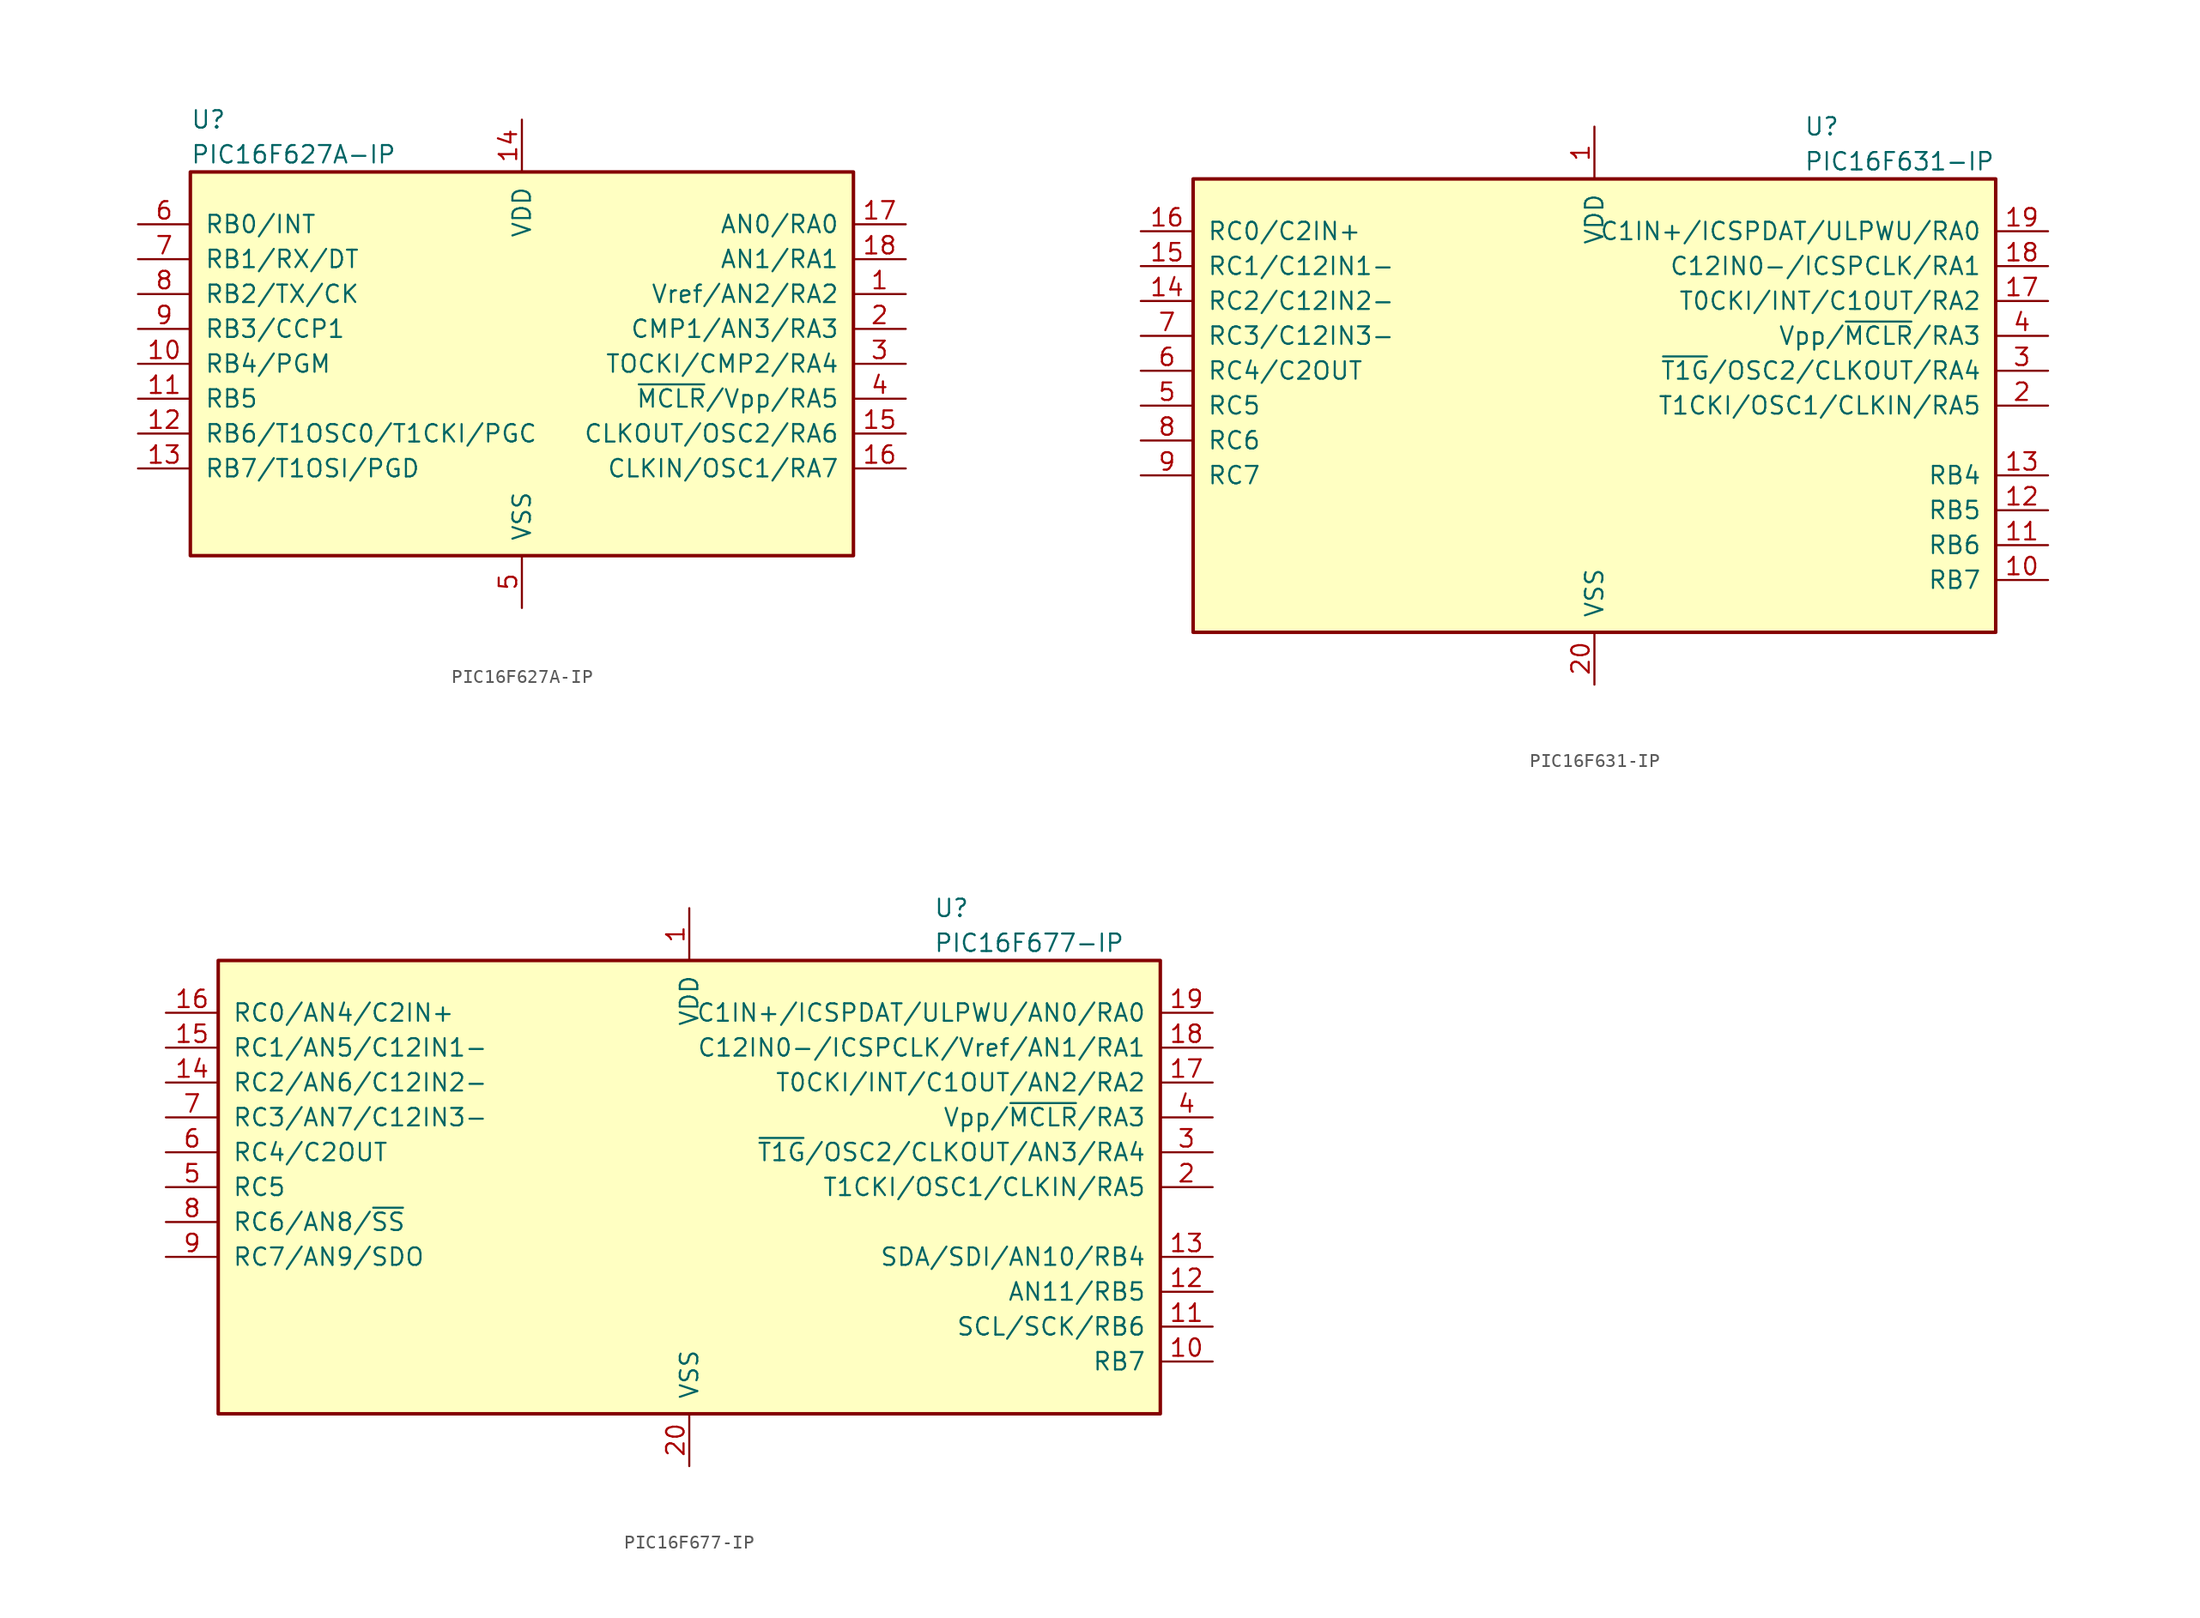
<source format=kicad_sym>
(kicad_symbol_lib
  (version 20200908)
  (generator kicad_symbol_editor)
  (symbol "MCU_Microchip_PIC16:PIC16F627A-IP"
    (pin_names
      (offset 1.016))
    (property "Reference" "U"
      (at -24.13 17.78 0)
      (effects (font (size 1.27 1.27)) (justify left)))
    (property "Value" "PIC16F627A-IP"
      (at -24.13 15.24 0)
      (effects (font (size 1.27 1.27)) (justify left)))
    (symbol "PIC16F627A-IP_0_1"
      (rectangle (start 24.13 13.97) (end -24.13 -13.97) (stroke (width 0.254)) (fill (type background))))
    (symbol "PIC16F627A-IP_1_1"
      (pin bidirectional line (at 27.94 5.08 180) (length 3.81) (name "Vref/AN2/RA2" (effects (font (size 1.27 1.27)))) (number "1" (effects (font (size 1.27 1.27)))))
      (pin bidirectional line (at -27.94 0 0) (length 3.81) (name "RB4/PGM" (effects (font (size 1.27 1.27)))) (number "10" (effects (font (size 1.27 1.27)))))
      (pin bidirectional line (at -27.94 -2.54 0) (length 3.81) (name "RB5" (effects (font (size 1.27 1.27)))) (number "11" (effects (font (size 1.27 1.27)))))
      (pin bidirectional line (at -27.94 -5.08 0) (length 3.81) (name "RB6/T1OSC0/T1CKI/PGC" (effects (font (size 1.27 1.27)))) (number "12" (effects (font (size 1.27 1.27)))))
      (pin bidirectional line (at -27.94 -7.62 0) (length 3.81) (name "RB7/T1OSI/PGD" (effects (font (size 1.27 1.27)))) (number "13" (effects (font (size 1.27 1.27)))))
      (pin power_in line (at 0 17.78 270) (length 3.81) (name "VDD" (effects (font (size 1.27 1.27)))) (number "14" (effects (font (size 1.27 1.27)))))
      (pin bidirectional line (at 27.94 -5.08 180) (length 3.81) (name "CLKOUT/OSC2/RA6" (effects (font (size 1.27 1.27)))) (number "15" (effects (font (size 1.27 1.27)))))
      (pin bidirectional line (at 27.94 -7.62 180) (length 3.81) (name "CLKIN/OSC1/RA7" (effects (font (size 1.27 1.27)))) (number "16" (effects (font (size 1.27 1.27)))))
      (pin bidirectional line (at 27.94 10.16 180) (length 3.81) (name "AN0/RA0" (effects (font (size 1.27 1.27)))) (number "17" (effects (font (size 1.27 1.27)))))
      (pin bidirectional line (at 27.94 7.62 180) (length 3.81) (name "AN1/RA1" (effects (font (size 1.27 1.27)))) (number "18" (effects (font (size 1.27 1.27)))))
      (pin bidirectional line (at 27.94 2.54 180) (length 3.81) (name "CMP1/AN3/RA3" (effects (font (size 1.27 1.27)))) (number "2" (effects (font (size 1.27 1.27)))))
      (pin bidirectional line (at 27.94 0 180) (length 3.81) (name "TOCKI/CMP2/RA4" (effects (font (size 1.27 1.27)))) (number "3" (effects (font (size 1.27 1.27)))))
      (pin input line (at 27.94 -2.54 180) (length 3.81) (name "~MCLR~/Vpp/RA5" (effects (font (size 1.27 1.27)))) (number "4" (effects (font (size 1.27 1.27)))))
      (pin power_in line (at 0 -17.78 90) (length 3.81) (name "VSS" (effects (font (size 1.27 1.27)))) (number "5" (effects (font (size 1.27 1.27)))))
      (pin bidirectional line (at -27.94 10.16 0) (length 3.81) (name "RB0/INT" (effects (font (size 1.27 1.27)))) (number "6" (effects (font (size 1.27 1.27)))))
      (pin bidirectional line (at -27.94 7.62 0) (length 3.81) (name "RB1/RX/DT" (effects (font (size 1.27 1.27)))) (number "7" (effects (font (size 1.27 1.27)))))
      (pin bidirectional line (at -27.94 5.08 0) (length 3.81) (name "RB2/TX/CK" (effects (font (size 1.27 1.27)))) (number "8" (effects (font (size 1.27 1.27)))))
      (pin bidirectional line (at -27.94 2.54 0) (length 3.81) (name "RB3/CCP1" (effects (font (size 1.27 1.27)))) (number "9" (effects (font (size 1.27 1.27)))))))
  (symbol "MCU_Microchip_PIC16:PIC16F631-IP"
    (pin_names
      (offset 1.016))
    (property "Reference" "U"
      (at 15.24 20.32 0)
      (effects (font (size 1.27 1.27)) (justify left)))
    (property "Value" "PIC16F631-IP"
      (at 15.24 17.78 0)
      (effects (font (size 1.27 1.27)) (justify left)))
    (symbol "PIC16F631-IP_0_1"
      (rectangle (start -29.21 16.51) (end 29.21 -16.51) (stroke (width 0.254)) (fill (type background))))
    (symbol "PIC16F631-IP_1_1"
      (pin power_in line (at 0 20.32 270) (length 3.81) (name "VDD" (effects (font (size 1.27 1.27)))) (number "1" (effects (font (size 1.27 1.27)))))
      (pin bidirectional line (at 33.02 -12.7 180) (length 3.81) (name "RB7" (effects (font (size 1.27 1.27)))) (number "10" (effects (font (size 1.27 1.27)))))
      (pin bidirectional line (at 33.02 -10.16 180) (length 3.81) (name "RB6" (effects (font (size 1.27 1.27)))) (number "11" (effects (font (size 1.27 1.27)))))
      (pin bidirectional line (at 33.02 -7.62 180) (length 3.81) (name "RB5" (effects (font (size 1.27 1.27)))) (number "12" (effects (font (size 1.27 1.27)))))
      (pin bidirectional line (at 33.02 -5.08 180) (length 3.81) (name "RB4" (effects (font (size 1.27 1.27)))) (number "13" (effects (font (size 1.27 1.27)))))
      (pin bidirectional line (at -33.02 7.62 0) (length 3.81) (name "RC2/C12IN2-" (effects (font (size 1.27 1.27)))) (number "14" (effects (font (size 1.27 1.27)))))
      (pin bidirectional line (at -33.02 10.16 0) (length 3.81) (name "RC1/C12IN1-" (effects (font (size 1.27 1.27)))) (number "15" (effects (font (size 1.27 1.27)))))
      (pin bidirectional line (at -33.02 12.7 0) (length 3.81) (name "RC0/C2IN+" (effects (font (size 1.27 1.27)))) (number "16" (effects (font (size 1.27 1.27)))))
      (pin bidirectional line (at 33.02 7.62 180) (length 3.81) (name "T0CKI/INT/C1OUT/RA2" (effects (font (size 1.27 1.27)))) (number "17" (effects (font (size 1.27 1.27)))))
      (pin bidirectional line (at 33.02 10.16 180) (length 3.81) (name "C12IN0-/ICSPCLK/RA1" (effects (font (size 1.27 1.27)))) (number "18" (effects (font (size 1.27 1.27)))))
      (pin bidirectional line (at 33.02 12.7 180) (length 3.81) (name "C1IN+/ICSPDAT/ULPWU/RA0" (effects (font (size 1.27 1.27)))) (number "19" (effects (font (size 1.27 1.27)))))
      (pin bidirectional line (at 33.02 0 180) (length 3.81) (name "T1CKI/OSC1/CLKIN/RA5" (effects (font (size 1.27 1.27)))) (number "2" (effects (font (size 1.27 1.27)))))
      (pin power_in line (at 0 -20.32 90) (length 3.81) (name "VSS" (effects (font (size 1.27 1.27)))) (number "20" (effects (font (size 1.27 1.27)))))
      (pin bidirectional line (at 33.02 2.54 180) (length 3.81) (name "~T1G~/OSC2/CLKOUT/RA4" (effects (font (size 1.27 1.27)))) (number "3" (effects (font (size 1.27 1.27)))))
      (pin input line (at 33.02 5.08 180) (length 3.81) (name "Vpp/~MCLR~/RA3" (effects (font (size 1.27 1.27)))) (number "4" (effects (font (size 1.27 1.27)))))
      (pin bidirectional line (at -33.02 0 0) (length 3.81) (name "RC5" (effects (font (size 1.27 1.27)))) (number "5" (effects (font (size 1.27 1.27)))))
      (pin bidirectional line (at -33.02 2.54 0) (length 3.81) (name "RC4/C2OUT" (effects (font (size 1.27 1.27)))) (number "6" (effects (font (size 1.27 1.27)))))
      (pin bidirectional line (at -33.02 5.08 0) (length 3.81) (name "RC3/C12IN3-" (effects (font (size 1.27 1.27)))) (number "7" (effects (font (size 1.27 1.27)))))
      (pin bidirectional line (at -33.02 -2.54 0) (length 3.81) (name "RC6" (effects (font (size 1.27 1.27)))) (number "8" (effects (font (size 1.27 1.27)))))
      (pin bidirectional line (at -33.02 -5.08 0) (length 3.81) (name "RC7" (effects (font (size 1.27 1.27)))) (number "9" (effects (font (size 1.27 1.27)))))))
  (symbol "MCU_Microchip_PIC16:PIC16F677-IP"
    (pin_names
      (offset 1.016))
    (property "Reference" "U"
      (at 17.78 20.32 0)
      (effects (font (size 1.27 1.27)) (justify left)))
    (property "Value" "PIC16F677-IP"
      (at 17.78 17.78 0)
      (effects (font (size 1.27 1.27)) (justify left)))
    (symbol "PIC16F677-IP_0_1"
      (rectangle (start -34.29 16.51) (end 34.29 -16.51) (stroke (width 0.254)) (fill (type background))))
    (symbol "PIC16F677-IP_1_1"
      (pin power_in line (at 0 20.32 270) (length 3.81) (name "VDD" (effects (font (size 1.27 1.27)))) (number "1" (effects (font (size 1.27 1.27)))))
      (pin bidirectional line (at 38.1 -12.7 180) (length 3.81) (name "RB7" (effects (font (size 1.27 1.27)))) (number "10" (effects (font (size 1.27 1.27)))))
      (pin bidirectional line (at 38.1 -10.16 180) (length 3.81) (name "SCL/SCK/RB6" (effects (font (size 1.27 1.27)))) (number "11" (effects (font (size 1.27 1.27)))))
      (pin bidirectional line (at 38.1 -7.62 180) (length 3.81) (name "AN11/RB5" (effects (font (size 1.27 1.27)))) (number "12" (effects (font (size 1.27 1.27)))))
      (pin bidirectional line (at 38.1 -5.08 180) (length 3.81) (name "SDA/SDI/AN10/RB4" (effects (font (size 1.27 1.27)))) (number "13" (effects (font (size 1.27 1.27)))))
      (pin bidirectional line (at -38.1 7.62 0) (length 3.81) (name "RC2/AN6/C12IN2-" (effects (font (size 1.27 1.27)))) (number "14" (effects (font (size 1.27 1.27)))))
      (pin bidirectional line (at -38.1 10.16 0) (length 3.81) (name "RC1/AN5/C12IN1-" (effects (font (size 1.27 1.27)))) (number "15" (effects (font (size 1.27 1.27)))))
      (pin bidirectional line (at -38.1 12.7 0) (length 3.81) (name "RC0/AN4/C2IN+" (effects (font (size 1.27 1.27)))) (number "16" (effects (font (size 1.27 1.27)))))
      (pin bidirectional line (at 38.1 7.62 180) (length 3.81) (name "T0CKI/INT/C1OUT/AN2/RA2" (effects (font (size 1.27 1.27)))) (number "17" (effects (font (size 1.27 1.27)))))
      (pin bidirectional line (at 38.1 10.16 180) (length 3.81) (name "C12IN0-/ICSPCLK/Vref/AN1/RA1" (effects (font (size 1.27 1.27)))) (number "18" (effects (font (size 1.27 1.27)))))
      (pin bidirectional line (at 38.1 12.7 180) (length 3.81) (name "C1IN+/ICSPDAT/ULPWU/AN0/RA0" (effects (font (size 1.27 1.27)))) (number "19" (effects (font (size 1.27 1.27)))))
      (pin bidirectional line (at 38.1 0 180) (length 3.81) (name "T1CKI/OSC1/CLKIN/RA5" (effects (font (size 1.27 1.27)))) (number "2" (effects (font (size 1.27 1.27)))))
      (pin power_in line (at 0 -20.32 90) (length 3.81) (name "VSS" (effects (font (size 1.27 1.27)))) (number "20" (effects (font (size 1.27 1.27)))))
      (pin bidirectional line (at 38.1 2.54 180) (length 3.81) (name "~T1G~/OSC2/CLKOUT/AN3/RA4" (effects (font (size 1.27 1.27)))) (number "3" (effects (font (size 1.27 1.27)))))
      (pin input line (at 38.1 5.08 180) (length 3.81) (name "Vpp/~MCLR~/RA3" (effects (font (size 1.27 1.27)))) (number "4" (effects (font (size 1.27 1.27)))))
      (pin bidirectional line (at -38.1 0 0) (length 3.81) (name "RC5" (effects (font (size 1.27 1.27)))) (number "5" (effects (font (size 1.27 1.27)))))
      (pin bidirectional line (at -38.1 2.54 0) (length 3.81) (name "RC4/C2OUT" (effects (font (size 1.27 1.27)))) (number "6" (effects (font (size 1.27 1.27)))))
      (pin bidirectional line (at -38.1 5.08 0) (length 3.81) (name "RC3/AN7/C12IN3-" (effects (font (size 1.27 1.27)))) (number "7" (effects (font (size 1.27 1.27)))))
      (pin bidirectional line (at -38.1 -2.54 0) (length 3.81) (name "RC6/AN8/~SS~" (effects (font (size 1.27 1.27)))) (number "8" (effects (font (size 1.27 1.27)))))
      (pin bidirectional line (at -38.1 -5.08 0) (length 3.81) (name "RC7/AN9/SDO" (effects (font (size 1.27 1.27)))) (number "9" (effects (font (size 1.27 1.27))))))))
</source>
